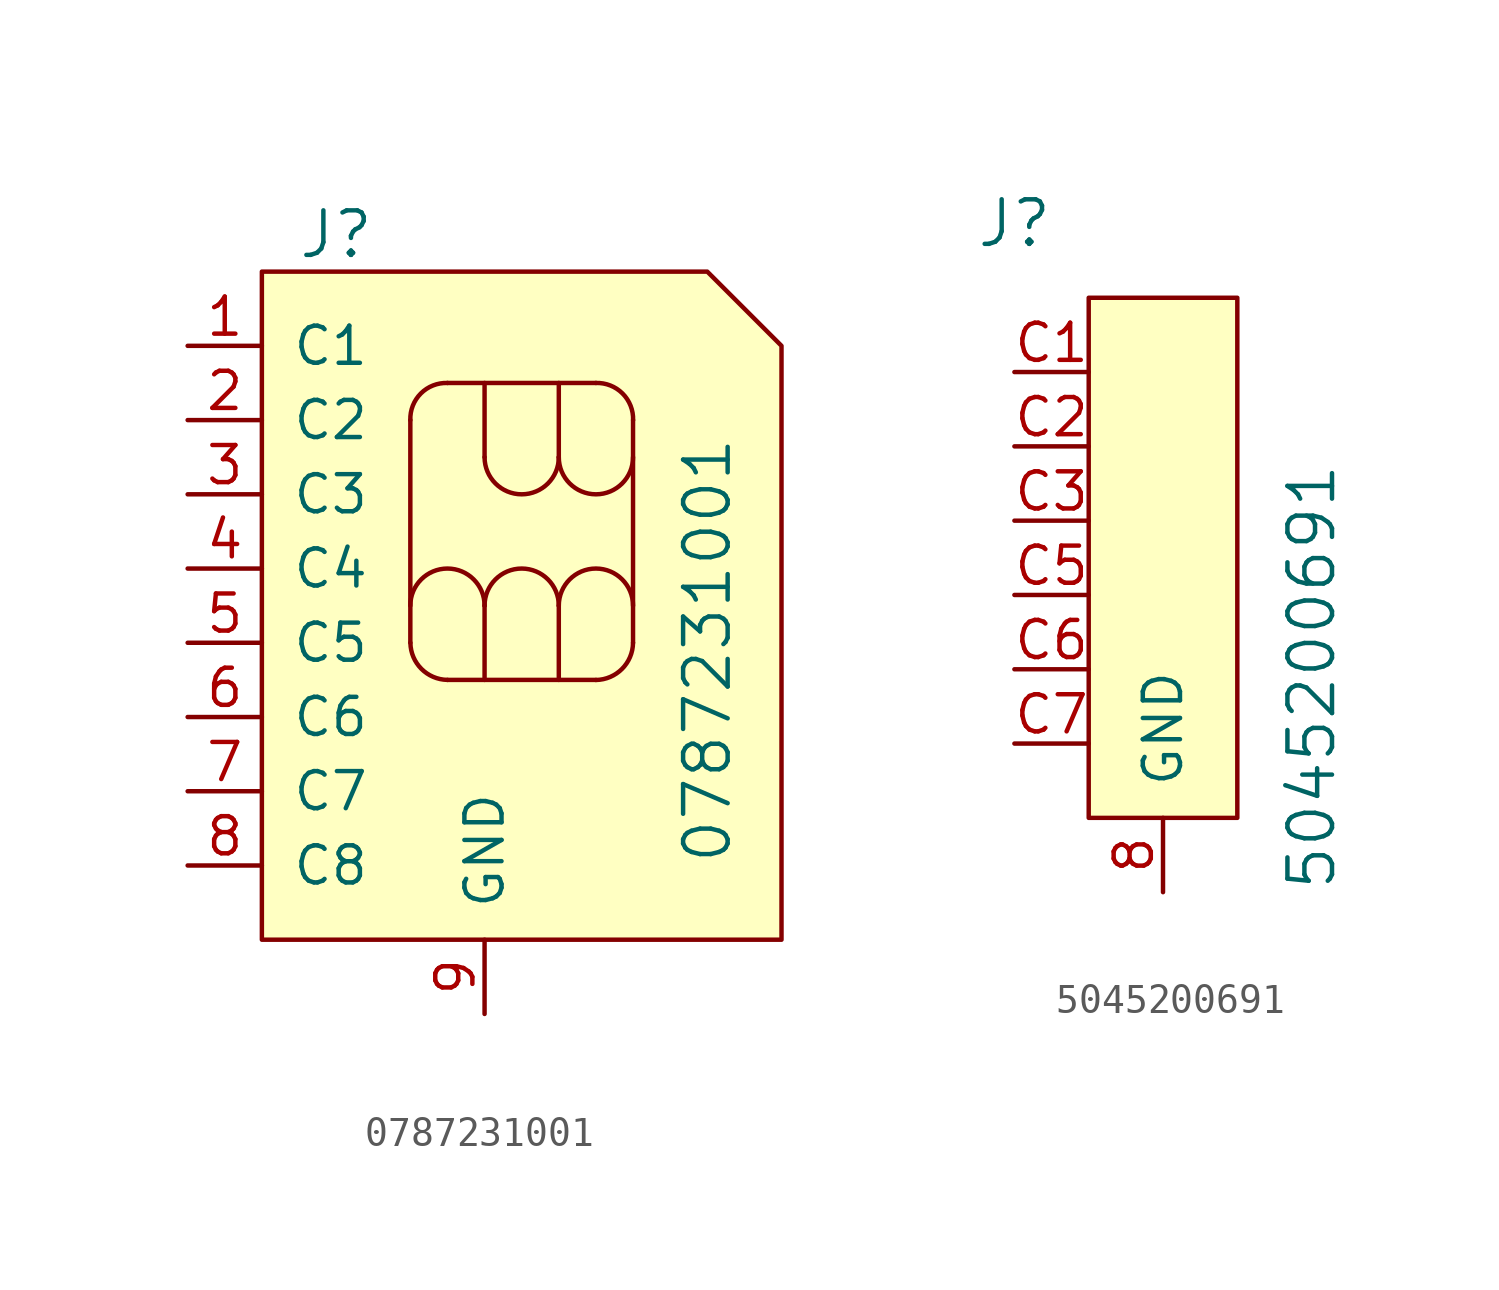
<source format=kicad_sym>
(kicad_symbol_lib
  (version 20231120)
  (generator "kicad_symbol_editor")
  (generator_version "8.0")
  (symbol "0787231001"
    (pin_names
      (offset 1.016))
    (property "Reference" "J"
      (at -7.62 8.89 0)
      (effects (font (size 1.524 1.524))))
    (property "Value" "0787231001"
      (at 5.08 -12.7 90)
      (effects (font (size 1.524 1.524)) (justify left)))
    (symbol "0787231001_1_1"
      (arc (start -5.08 -5.08) (mid -4.7066 -5.9688) (end -3.81 -6.35) (stroke (width 0) (type solid)) (fill (type none)))
      (arc (start -3.81 3.81) (mid -4.7246 3.4471) (end -5.08 2.54) (stroke (width 0) (type solid)) (fill (type none)))
      (arc (start -2.54 -3.81) (mid -3.81 -2.54) (end -5.08 -3.81) (stroke (width 0) (type solid)) (fill (type none)))
      (arc (start -2.54 1.27) (mid -1.27 0) (end 0 1.27) (stroke (width 0) (type solid)) (fill (type none)))
      (arc (start 0 -3.81) (mid -1.27 -2.54) (end -2.54 -3.81) (stroke (width 0) (type solid)) (fill (type none)))
      (polyline (pts (xy -5.08 2.54) (xy -5.08 -5.08)) (stroke (width 0) (type solid)) (fill (type none)))
      (polyline (pts (xy -3.81 3.81) (xy 1.27 3.81)) (stroke (width 0) (type solid)) (fill (type none)))
      (polyline (pts (xy -2.54 -3.81) (xy -2.54 -6.35)) (stroke (width 0) (type solid)) (fill (type none)))
      (polyline (pts (xy -2.54 3.81) (xy -2.54 1.27)) (stroke (width 0) (type solid)) (fill (type none)))
      (polyline (pts (xy 0 -6.35) (xy 0 -3.81)) (stroke (width 0) (type solid)) (fill (type none)))
      (polyline (pts (xy 0 3.81) (xy 0 1.27)) (stroke (width 0) (type solid)) (fill (type none)))
      (polyline (pts (xy 1.27 -6.35) (xy -3.81 -6.35)) (stroke (width 0) (type solid)) (fill (type none)))
      (polyline (pts (xy 2.54 2.54) (xy 2.54 -5.08)) (stroke (width 0) (type solid)) (fill (type none)))
      (polyline (pts (xy -10.16 7.62) (xy -10.16 -15.24) (xy 7.62 -15.24) (xy 7.62 -7.62) (xy 7.62 5.08) (xy 5.08 7.62) (xy -10.16 7.62)) (stroke (width 0) (type solid)) (fill (type background)))
      (arc (start 0 1.27) (mid 1.27 0) (end 2.54 1.27) (stroke (width 0) (type solid)) (fill (type none)))
      (arc (start 1.27 -6.35) (mid 2.1588 -5.9766) (end 2.54 -5.08) (stroke (width 0) (type solid)) (fill (type none)))
      (arc (start 2.54 -3.81) (mid 1.27 -2.54) (end 0 -3.81) (stroke (width 0) (type solid)) (fill (type none)))
      (arc (start 2.54 2.54) (mid 2.1771 3.4546) (end 1.27 3.81) (stroke (width 0) (type solid)) (fill (type none)))
      (pin bidirectional line (at -12.7 5.08 0) (length 2.54) (name "C1" (effects (font (size 1.27 1.27)))) (number "1" (effects (font (size 1.27 1.27)))))
      (pin bidirectional line (at -12.7 2.54 0) (length 2.54) (name "C2" (effects (font (size 1.27 1.27)))) (number "2" (effects (font (size 1.27 1.27)))))
      (pin bidirectional line (at -12.7 0 0) (length 2.54) (name "C3" (effects (font (size 1.27 1.27)))) (number "3" (effects (font (size 1.27 1.27)))))
      (pin bidirectional line (at -12.7 -2.54 0) (length 2.54) (name "C4" (effects (font (size 1.27 1.27)))) (number "4" (effects (font (size 1.27 1.27)))))
      (pin bidirectional line (at -12.7 -5.08 0) (length 2.54) (name "C5" (effects (font (size 1.27 1.27)))) (number "5" (effects (font (size 1.27 1.27)))))
      (pin bidirectional line (at -12.7 -7.62 0) (length 2.54) (name "C6" (effects (font (size 1.27 1.27)))) (number "6" (effects (font (size 1.27 1.27)))))
      (pin bidirectional line (at -12.7 -10.16 0) (length 2.54) (name "C7" (effects (font (size 1.27 1.27)))) (number "7" (effects (font (size 1.27 1.27)))))
      (pin bidirectional line (at -12.7 -12.7 0) (length 2.54) (name "C8" (effects (font (size 1.27 1.27)))) (number "8" (effects (font (size 1.27 1.27)))))
      (pin power_in line (at -2.54 -17.78 90) (length 2.54) (name "GND" (effects (font (size 1.27 1.27)))) (number "9" (effects (font (size 1.27 1.27)))))))
  (symbol "5045200691"
    (pin_names
      (offset 1.016))
    (property "Reference" "J"
      (at -5.08 10.16 0)
      (effects (font (size 1.524 1.524))))
    (property "Value" "5045200691"
      (at 5.08 -12.7 90)
      (effects (font (size 1.524 1.524)) (justify left)))
    (symbol "5045200691_0_1"
      (rectangle (start -2.54 7.62) (end 2.54 -10.16) (stroke (width 0) (type solid)) (fill (type background))))
    (symbol "5045200691_1_1"
      (pin power_in line (at 0 -12.7 90) (length 2.54) (name "GND" (effects (font (size 1.27 1.27)))) (number "8" (effects (font (size 1.27 1.27)))))
      (pin power_in line (at -5.08 5.08 0) (length 2.54) (name "~" (effects (font (size 1.27 1.27)))) (number "C1" (effects (font (size 1.27 1.27)))))
      (pin input line (at -5.08 2.54 0) (length 2.54) (name "~" (effects (font (size 1.27 1.27)))) (number "C2" (effects (font (size 1.27 1.27)))))
      (pin input line (at -5.08 0 0) (length 2.54) (name "~" (effects (font (size 1.27 1.27)))) (number "C3" (effects (font (size 1.27 1.27)))))
      (pin power_in line (at -5.08 -2.54 0) (length 2.54) (name "~" (effects (font (size 1.27 1.27)))) (number "C5" (effects (font (size 1.27 1.27)))))
      (pin power_in line (at -5.08 -5.08 0) (length 2.54) (name "~" (effects (font (size 1.27 1.27)))) (number "C6" (effects (font (size 1.27 1.27)))))
      (pin bidirectional line (at -5.08 -7.62 0) (length 2.54) (name "~" (effects (font (size 1.27 1.27)))) (number "C7" (effects (font (size 1.27 1.27))))))))
</source>
